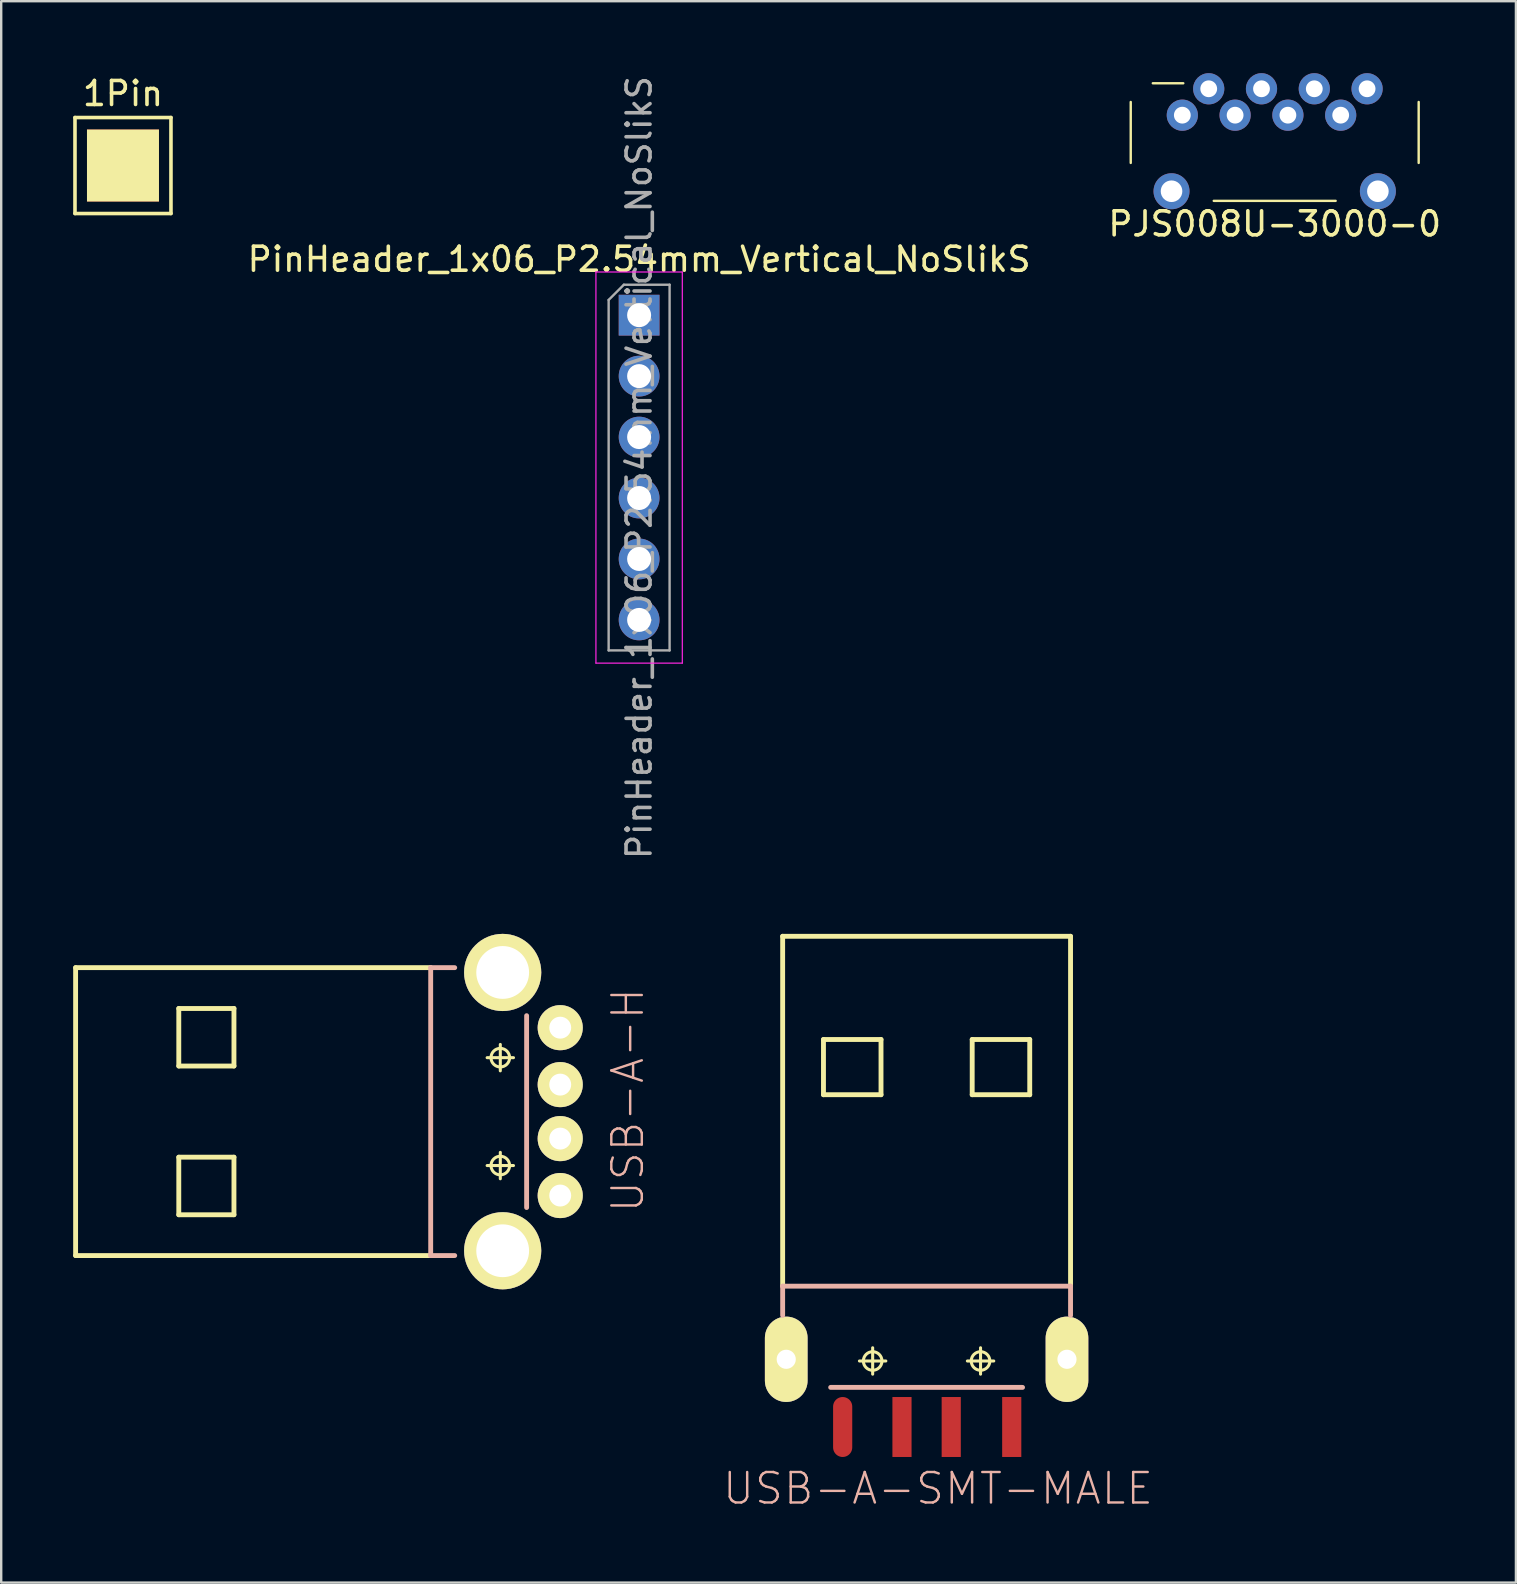
<source format=kicad_pcb>
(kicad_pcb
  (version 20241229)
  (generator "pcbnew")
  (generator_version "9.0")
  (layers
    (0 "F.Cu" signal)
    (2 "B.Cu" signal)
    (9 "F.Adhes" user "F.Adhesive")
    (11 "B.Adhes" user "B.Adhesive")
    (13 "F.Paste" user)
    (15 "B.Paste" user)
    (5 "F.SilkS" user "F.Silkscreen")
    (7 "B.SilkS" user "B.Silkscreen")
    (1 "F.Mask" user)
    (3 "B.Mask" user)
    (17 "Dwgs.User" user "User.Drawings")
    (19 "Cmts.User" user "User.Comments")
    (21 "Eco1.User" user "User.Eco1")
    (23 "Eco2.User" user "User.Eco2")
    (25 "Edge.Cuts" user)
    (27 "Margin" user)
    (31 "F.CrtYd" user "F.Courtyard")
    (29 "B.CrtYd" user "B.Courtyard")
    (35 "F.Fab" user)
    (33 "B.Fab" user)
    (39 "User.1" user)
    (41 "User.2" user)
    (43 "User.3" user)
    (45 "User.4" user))
  (footprint "1Pin"
    (layer "F.Cu")
    (at 2.075 3.848)
    (property "Reference" "1Pin" (at 0 -3 0) (layer "F.SilkS") (effects (font (size 1 1) (thickness 0.15))))
    (attr through_hole)
    (fp_line (start -2 -2) (end 2 -2) (stroke (width 0.15) (type solid)) (layer "F.SilkS"))
    (fp_line (start -2 2) (end -2 -2) (stroke (width 0.15) (type solid)) (layer "F.SilkS"))
    (fp_line (start 2 -2) (end 2 2) (stroke (width 0.15) (type solid)) (layer "F.SilkS"))
    (fp_line (start 2 2) (end -2 2) (stroke (width 0.15) (type solid)) (layer "F.SilkS"))
    (pad "1" smd rect (at 0 0) (size 3 3) (layers "F.Cu" "F.Mask" "F.SilkS" "F.Paste")))
  (footprint "USB-A-H"
    (layer "F.Cu")
    (at 17.899 43.276)
    (property "Reference" "USB-A-H" (at 5.215 -0.475 90) (layer "B.SilkS") (effects (font (size 1.27 1.27) (thickness 0.102))))
    (attr exclude_from_pos_files exclude_from_bom)
    (fp_line (start -17.798 -5.999) (end -17.798 5.999) (stroke (width 0.203) (type solid)) (layer "F.SilkS"))
    (fp_line (start -13.498 -4.298) (end -13.498 -1.9) (stroke (width 0.203) (type solid)) (layer "F.SilkS"))
    (fp_line (start -13.498 -1.9) (end -11.199 -1.9) (stroke (width 0.203) (type solid)) (layer "F.SilkS"))
    (fp_line (start -13.498 1.9) (end -13.498 4.298) (stroke (width 0.203) (type solid)) (layer "F.SilkS"))
    (fp_line (start -13.498 4.298) (end -11.199 4.298) (stroke (width 0.203) (type solid)) (layer "F.SilkS"))
    (fp_line (start -11.199 -4.298) (end -13.498 -4.298) (stroke (width 0.203) (type solid)) (layer "F.SilkS"))
    (fp_line (start -11.199 -1.9) (end -11.199 -4.298) (stroke (width 0.203) (type solid)) (layer "F.SilkS"))
    (fp_line (start -11.199 1.9) (end -13.498 1.9) (stroke (width 0.203) (type solid)) (layer "F.SilkS"))
    (fp_line (start -11.199 4.298) (end -11.199 1.9) (stroke (width 0.203) (type solid)) (layer "F.SilkS"))
    (fp_line (start -3 -5.999) (end -17.798 -5.999) (stroke (width 0.203) (type solid)) (layer "F.SilkS"))
    (fp_line (start -3 5.999) (end -17.798 5.999) (stroke (width 0.203) (type solid)) (layer "F.SilkS"))
    (fp_line (start -0.648 -2.248) (end 0.45 -2.248) (stroke (width 0.127) (type solid)) (layer "F.SilkS"))
    (fp_line (start -0.648 2.248) (end 0.45 2.248) (stroke (width 0.127) (type solid)) (layer "F.SilkS"))
    (fp_line (start -0.099 -1.699) (end -0.099 -2.799) (stroke (width 0.127) (type solid)) (layer "F.SilkS"))
    (fp_line (start -0.099 2.799) (end -0.099 1.699) (stroke (width 0.127) (type solid)) (layer "F.SilkS"))
    (fp_circle (center -0.099 -2.248) (end -0.373 -2.522) (stroke (width 0.127) (type solid)) (fill no) (layer "F.SilkS"))
    (fp_circle (center -0.099 2.248) (end -0.373 2.522) (stroke (width 0.127) (type solid)) (fill no) (layer "F.SilkS"))
    (fp_line (start -3 -5.999) (end -3 5.999) (stroke (width 0.203) (type solid)) (layer "B.SilkS"))
    (fp_line (start -3 -5.999) (end -1.999 -5.999) (stroke (width 0.203) (type solid)) (layer "B.SilkS"))
    (fp_line (start -3 5.999) (end -1.999 5.999) (stroke (width 0.203) (type solid)) (layer "B.SilkS"))
    (fp_line (start 0.998 3.998) (end 0.998 -3.998) (stroke (width 0.203) (type solid)) (layer "B.SilkS"))
    (pad "D+" thru_hole circle (at 2.398 -1.125) (size 1.88 1.88) (drill 0.914) (layers "*.Cu" "F.Mask" "F.SilkS" "F.Paste"))
    (pad "D-" thru_hole circle (at 2.398 1.125) (size 1.88 1.88) (drill 0.914) (layers "*.Cu" "F.Mask" "F.SilkS" "F.Paste"))
    (pad "GND" thru_hole circle (at 2.398 -3.498) (size 1.88 1.88) (drill 0.914) (layers "*.Cu" "F.Mask" "F.SilkS" "F.Paste"))
    (pad "GND2" thru_hole circle (at 0 5.799) (size 3.216 3.216) (drill 2.2) (layers "*.Cu" "F.Mask" "F.SilkS" "F.Paste"))
    (pad "GND3" thru_hole circle (at 0 -5.799) (size 3.216 3.216) (drill 2.2) (layers "*.Cu" "F.Mask" "F.SilkS" "F.Paste"))
    (pad "VBUS" thru_hole circle (at 2.398 3.498) (size 1.88 1.88) (drill 0.914) (layers "*.Cu" "F.Mask" "F.SilkS" "F.Paste")))
  (footprint "PJS008U-3000-0"
    (layer "F.Cu")
    (at 50.073 1.2)
    (property "Reference" "PJS008U-3000-0" (at 0 5.08 0) (layer "F.SilkS") (effects (font (size 1 1) (thickness 0.15))))
    (attr through_hole)
    (fp_line (start -6 0) (end -6 2.54) (stroke (width 0.1) (type solid)) (layer "F.SilkS"))
    (fp_line (start -5.08 -0.78) (end -3.81 -0.78) (stroke (width 0.1) (type solid)) (layer "F.SilkS"))
    (fp_line (start -2.54 4.12) (end 2.54 4.12) (stroke (width 0.1) (type solid)) (layer "F.SilkS"))
    (fp_line (start 6 0) (end 6 2.54) (stroke (width 0.1) (type solid)) (layer "F.SilkS"))
    (pad "" thru_hole circle (at -4.3 3.72) (size 1.5 1.5) (drill 0.9) (layers "*.Cu" "*.Mask"))
    (pad "" thru_hole circle (at 4.3 3.72) (size 1.5 1.5) (drill 0.9) (layers "*.Cu" "*.Mask"))
    (pad "1" thru_hole circle (at -3.85 0.55) (size 1.3 1.3) (drill 0.7) (layers "*.Cu" "*.Mask"))
    (pad "2" thru_hole circle (at -2.75 -0.55) (size 1.3 1.3) (drill 0.7) (layers "*.Cu" "*.Mask"))
    (pad "3" thru_hole circle (at -1.65 0.55) (size 1.3 1.3) (drill 0.7) (layers "*.Cu" "*.Mask"))
    (pad "4" thru_hole circle (at -0.55 -0.55) (size 1.3 1.3) (drill 0.7) (layers "*.Cu" "*.Mask"))
    (pad "5" thru_hole circle (at 0.55 0.55) (size 1.3 1.3) (drill 0.7) (layers "*.Cu" "*.Mask"))
    (pad "6" thru_hole circle (at 1.65 -0.55) (size 1.3 1.3) (drill 0.7) (layers "*.Cu" "*.Mask"))
    (pad "7" thru_hole circle (at 2.75 0.55) (size 1.3 1.3) (drill 0.7) (layers "*.Cu" "*.Mask"))
    (pad "8" thru_hole circle (at 3.85 -0.55) (size 1.3 1.3) (drill 0.7) (layers "*.Cu" "*.Mask")))
  (footprint "PinHeader_1x06_P2.54mm_Vertical_NoSlikS"
    (layer "F.Cu")
    (at 23.585 10.085)
    (property "Reference" "PinHeader_1x06_P2.54mm_Vertical_NoSlikS" (at 0 -2.33 0) (layer "F.SilkS") (effects (font (size 1 1) (thickness 0.15))))
    (attr through_hole)
    (fp_line (start -1.8 -1.8) (end -1.8 14.5) (stroke (width 0.05) (type solid)) (layer "F.CrtYd"))
    (fp_line (start -1.8 14.5) (end 1.8 14.5) (stroke (width 0.05) (type solid)) (layer "F.CrtYd"))
    (fp_line (start 1.8 -1.8) (end -1.8 -1.8) (stroke (width 0.05) (type solid)) (layer "F.CrtYd"))
    (fp_line (start 1.8 14.5) (end 1.8 -1.8) (stroke (width 0.05) (type solid)) (layer "F.CrtYd"))
    (fp_line (start -1.27 -0.635) (end -0.635 -1.27) (stroke (width 0.1) (type solid)) (layer "F.Fab"))
    (fp_line (start -1.27 13.97) (end -1.27 -0.635) (stroke (width 0.1) (type solid)) (layer "F.Fab"))
    (fp_line (start -0.635 -1.27) (end 1.27 -1.27) (stroke (width 0.1) (type solid)) (layer "F.Fab"))
    (fp_line (start 1.27 -1.27) (end 1.27 13.97) (stroke (width 0.1) (type solid)) (layer "F.Fab"))
    (fp_line (start 1.27 13.97) (end -1.27 13.97) (stroke (width 0.1) (type solid)) (layer "F.Fab"))
    (fp_text user "${REFERENCE}" (at 0 6.35 90) (layer "F.Fab") (effects (font (size 1 1) (thickness 0.15))))
    (pad "1" thru_hole rect (at 0 0) (size 1.7 1.7) (drill 1) (layers "*.Cu" "*.Mask"))
    (pad "2" thru_hole oval (at 0 2.54) (size 1.7 1.7) (drill 1) (layers "*.Cu" "*.Mask"))
    (pad "3" thru_hole oval (at 0 5.08) (size 1.7 1.7) (drill 1) (layers "*.Cu" "*.Mask"))
    (pad "4" thru_hole oval (at 0 7.62) (size 1.7 1.7) (drill 1) (layers "*.Cu" "*.Mask"))
    (pad "5" thru_hole oval (at 0 10.16) (size 1.7 1.7) (drill 1) (layers "*.Cu" "*.Mask"))
    (pad "6" thru_hole oval (at 0 12.7) (size 1.7 1.7) (drill 1) (layers "*.Cu" "*.Mask")))
  (footprint "USB-A-SMT-MALE"
    (layer "F.Cu")
    (at 35.566 50.55)
    (property "Reference" "USB-A-SMT-MALE" (at 0.475 8.433 0) (layer "B.SilkS") (effects (font (size 1.27 1.27) (thickness 0.102))))
    (attr smd)
    (fp_line (start -6.248 2.248) (end -5.448 2.248) (stroke (width 0.127) (type solid)) (layer "F.SilkS"))
    (fp_line (start -6.248 2.649) (end -5.448 2.649) (stroke (width 0.127) (type solid)) (layer "F.SilkS"))
    (fp_line (start -6.248 3.449) (end -5.448 3.449) (stroke (width 0.127) (type solid)) (layer "F.SilkS"))
    (fp_line (start -6.248 3.848) (end -5.448 3.848) (stroke (width 0.127) (type solid)) (layer "F.SilkS"))
    (fp_line (start -5.999 0) (end -5.999 -14.58) (stroke (width 0.203) (type solid)) (layer "F.SilkS"))
    (fp_line (start -5.85 2.649) (end -5.85 1.849) (stroke (width 0.127) (type solid)) (layer "F.SilkS"))
    (fp_line (start -5.85 3.048) (end -5.85 2.248) (stroke (width 0.127) (type solid)) (layer "F.SilkS"))
    (fp_line (start -5.85 3.848) (end -5.85 3.048) (stroke (width 0.127) (type solid)) (layer "F.SilkS"))
    (fp_line (start -5.85 4.249) (end -5.85 3.449) (stroke (width 0.127) (type solid)) (layer "F.SilkS"))
    (fp_line (start -4.298 -10.279) (end -4.298 -7.978) (stroke (width 0.203) (type solid)) (layer "F.SilkS"))
    (fp_line (start -4.298 -7.978) (end -1.9 -7.978) (stroke (width 0.203) (type solid)) (layer "F.SilkS"))
    (fp_line (start -2.799 3.119) (end -1.699 3.119) (stroke (width 0.127) (type solid)) (layer "F.SilkS"))
    (fp_line (start -2.248 3.668) (end -2.248 2.568) (stroke (width 0.127) (type solid)) (layer "F.SilkS"))
    (fp_line (start -1.9 -10.279) (end -4.298 -10.279) (stroke (width 0.203) (type solid)) (layer "F.SilkS"))
    (fp_line (start -1.9 -7.978) (end -1.9 -10.279) (stroke (width 0.203) (type solid)) (layer "F.SilkS"))
    (fp_line (start 1.699 3.119) (end 2.799 3.119) (stroke (width 0.127) (type solid)) (layer "F.SilkS"))
    (fp_line (start 1.9 -10.279) (end 1.9 -7.978) (stroke (width 0.203) (type solid)) (layer "F.SilkS"))
    (fp_line (start 1.9 -7.978) (end 4.298 -7.978) (stroke (width 0.203) (type solid)) (layer "F.SilkS"))
    (fp_line (start 2.248 3.668) (end 2.248 2.568) (stroke (width 0.127) (type solid)) (layer "F.SilkS"))
    (fp_line (start 4.298 -10.279) (end 1.9 -10.279) (stroke (width 0.203) (type solid)) (layer "F.SilkS"))
    (fp_line (start 4.298 -7.978) (end 4.298 -10.279) (stroke (width 0.203) (type solid)) (layer "F.SilkS"))
    (fp_line (start 5.448 2.248) (end 6.248 2.248) (stroke (width 0.127) (type solid)) (layer "F.SilkS"))
    (fp_line (start 5.448 2.649) (end 6.248 2.649) (stroke (width 0.127) (type solid)) (layer "F.SilkS"))
    (fp_line (start 5.448 3.449) (end 6.248 3.449) (stroke (width 0.127) (type solid)) (layer "F.SilkS"))
    (fp_line (start 5.448 3.848) (end 6.248 3.848) (stroke (width 0.127) (type solid)) (layer "F.SilkS"))
    (fp_line (start 5.85 2.649) (end 5.85 1.849) (stroke (width 0.127) (type solid)) (layer "F.SilkS"))
    (fp_line (start 5.85 3.048) (end 5.85 2.248) (stroke (width 0.127) (type solid)) (layer "F.SilkS"))
    (fp_line (start 5.85 3.848) (end 5.85 3.048) (stroke (width 0.127) (type solid)) (layer "F.SilkS"))
    (fp_line (start 5.85 4.249) (end 5.85 3.449) (stroke (width 0.127) (type solid)) (layer "F.SilkS"))
    (fp_line (start 5.999 -14.58) (end -5.999 -14.58) (stroke (width 0.203) (type solid)) (layer "F.SilkS"))
    (fp_line (start 5.999 0) (end 5.999 -14.58) (stroke (width 0.203) (type solid)) (layer "F.SilkS"))
    (fp_circle (center -5.85 2.248) (end -6.048 2.446) (stroke (width 0.127) (type solid)) (fill no) (layer "F.SilkS"))
    (fp_circle (center -5.85 2.649) (end -6.048 2.847) (stroke (width 0.127) (type solid)) (fill no) (layer "F.SilkS"))
    (fp_circle (center -5.85 3.449) (end -6.048 3.647) (stroke (width 0.127) (type solid)) (fill no) (layer "F.SilkS"))
    (fp_circle (center -5.85 3.848) (end -6.048 4.046) (stroke (width 0.127) (type solid)) (fill no) (layer "F.SilkS"))
    (fp_circle (center -2.248 3.119) (end -2.522 3.393) (stroke (width 0.127) (type solid)) (fill no) (layer "F.SilkS"))
    (fp_circle (center 2.248 3.119) (end 2.522 3.393) (stroke (width 0.127) (type solid)) (fill no) (layer "F.SilkS"))
    (fp_circle (center 5.85 2.248) (end 6.048 2.446) (stroke (width 0.127) (type solid)) (fill no) (layer "F.SilkS"))
    (fp_circle (center 5.85 2.649) (end 6.048 2.847) (stroke (width 0.127) (type solid)) (fill no) (layer "F.SilkS"))
    (fp_circle (center 5.85 3.449) (end 6.048 3.647) (stroke (width 0.127) (type solid)) (fill no) (layer "F.SilkS"))
    (fp_circle (center 5.85 3.848) (end 6.048 4.046) (stroke (width 0.127) (type solid)) (fill no) (layer "F.SilkS"))
    (fp_line (start -5.999 0) (end -5.999 1.219) (stroke (width 0.203) (type solid)) (layer "B.SilkS"))
    (fp_line (start -3.998 4.219) (end 3.998 4.219) (stroke (width 0.203) (type solid)) (layer "B.SilkS"))
    (fp_line (start 5.999 0) (end -5.999 0) (stroke (width 0.203) (type solid)) (layer "B.SilkS"))
    (fp_line (start 5.999 0) (end 5.999 1.219) (stroke (width 0.203) (type solid)) (layer "B.SilkS"))
    (pad "D+1" smd rect (at 1.026 5.87 270) (size 2.499 0.798) (layers "F.Cu" "F.Mask" "F.Paste"))
    (pad "D-1" smd rect (at -1.026 5.87 270) (size 2.499 0.798) (layers "F.Cu" "F.Mask" "F.Paste"))
    (pad "GND1" smd rect (at 3.548 5.87 270) (size 2.499 0.798) (layers "F.Cu" "F.Mask" "F.Paste"))
    (pad "P$1" thru_hole oval (at 5.85 3.048 180) (size 1.778 3.556) (drill 0.798) (layers "*.Cu" "F.Mask" "F.SilkS" "F.Paste"))
    (pad "P$3" thru_hole oval (at -5.85 3.048 180) (size 1.778 3.556) (drill 0.798) (layers "*.Cu" "F.Mask" "F.SilkS" "F.Paste"))
    (pad "VBUS" smd oval (at -3.498 5.87 270) (size 2.499 0.798) (layers "F.Cu" "F.Mask" "F.Paste")))
  (gr_rect
    (start -3 -3)
    (end 60.126 62.904)
    (stroke (width 0.1) (type default))
    (fill no)
    (layer "Edge.Cuts")))
</source>
